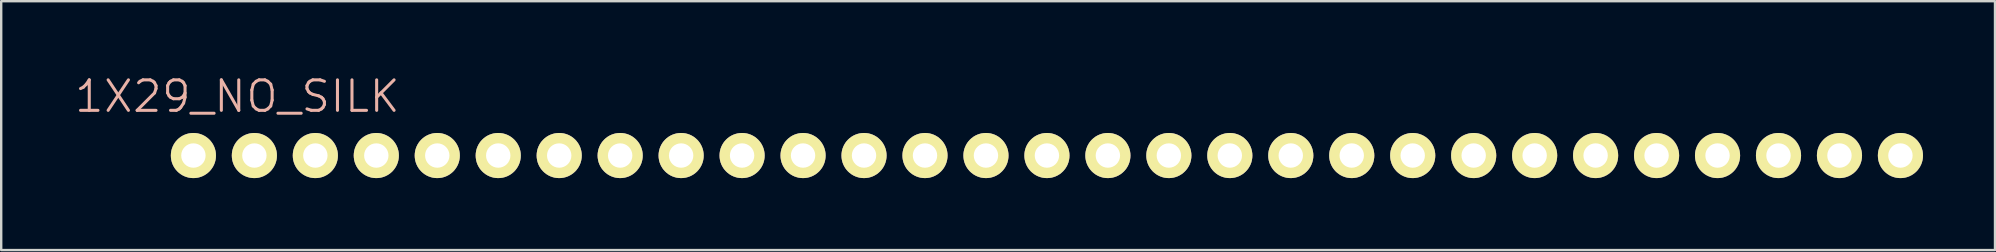
<source format=kicad_pcb>
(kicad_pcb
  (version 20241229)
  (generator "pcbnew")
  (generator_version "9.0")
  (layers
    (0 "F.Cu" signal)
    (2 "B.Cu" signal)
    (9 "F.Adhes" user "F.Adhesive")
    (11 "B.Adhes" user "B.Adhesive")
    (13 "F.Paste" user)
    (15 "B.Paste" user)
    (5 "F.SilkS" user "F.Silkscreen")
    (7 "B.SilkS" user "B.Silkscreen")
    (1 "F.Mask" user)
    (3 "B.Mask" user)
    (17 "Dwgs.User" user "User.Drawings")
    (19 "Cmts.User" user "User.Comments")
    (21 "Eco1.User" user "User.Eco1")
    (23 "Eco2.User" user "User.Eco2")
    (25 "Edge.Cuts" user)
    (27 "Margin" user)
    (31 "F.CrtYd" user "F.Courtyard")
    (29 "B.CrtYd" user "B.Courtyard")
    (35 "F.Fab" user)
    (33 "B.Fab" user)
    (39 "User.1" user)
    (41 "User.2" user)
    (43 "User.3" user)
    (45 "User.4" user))
  (footprint "1X29_NO_SILK"
    (layer "F.Cu")
    (at 5.008 3.43)
    (property "Reference" "1X29_NO_SILK" (at 1.829 -2.464 0) (layer "B.SilkS") (effects (font (size 1.27 1.27) (thickness 0.127))))
    (attr exclude_from_pos_files exclude_from_bom)
    (fp_line (start -0.254 -0.254) (end 0.254 -0.254) (stroke (width 0.066) (type solid)) (layer "F.SilkS"))
    (fp_line (start -0.254 0.254) (end -0.254 -0.254) (stroke (width 0.066) (type solid)) (layer "F.SilkS"))
    (fp_line (start -0.254 0.254) (end 0.254 0.254) (stroke (width 0.066) (type solid)) (layer "F.SilkS"))
    (fp_line (start 0.254 0.254) (end 0.254 -0.254) (stroke (width 0.066) (type solid)) (layer "F.SilkS"))
    (fp_line (start 2.286 -0.254) (end 2.794 -0.254) (stroke (width 0.066) (type solid)) (layer "F.SilkS"))
    (fp_line (start 2.286 0.254) (end 2.286 -0.254) (stroke (width 0.066) (type solid)) (layer "F.SilkS"))
    (fp_line (start 2.286 0.254) (end 2.794 0.254) (stroke (width 0.066) (type solid)) (layer "F.SilkS"))
    (fp_line (start 2.794 0.254) (end 2.794 -0.254) (stroke (width 0.066) (type solid)) (layer "F.SilkS"))
    (fp_line (start 4.826 -0.254) (end 5.334 -0.254) (stroke (width 0.066) (type solid)) (layer "F.SilkS"))
    (fp_line (start 4.826 0.254) (end 4.826 -0.254) (stroke (width 0.066) (type solid)) (layer "F.SilkS"))
    (fp_line (start 4.826 0.254) (end 5.334 0.254) (stroke (width 0.066) (type solid)) (layer "F.SilkS"))
    (fp_line (start 5.334 0.254) (end 5.334 -0.254) (stroke (width 0.066) (type solid)) (layer "F.SilkS"))
    (fp_line (start 7.366 -0.254) (end 7.874 -0.254) (stroke (width 0.066) (type solid)) (layer "F.SilkS"))
    (fp_line (start 7.366 0.254) (end 7.366 -0.254) (stroke (width 0.066) (type solid)) (layer "F.SilkS"))
    (fp_line (start 7.366 0.254) (end 7.874 0.254) (stroke (width 0.066) (type solid)) (layer "F.SilkS"))
    (fp_line (start 7.874 0.254) (end 7.874 -0.254) (stroke (width 0.066) (type solid)) (layer "F.SilkS"))
    (fp_line (start 9.906 -0.254) (end 10.414 -0.254) (stroke (width 0.066) (type solid)) (layer "F.SilkS"))
    (fp_line (start 9.906 0.254) (end 9.906 -0.254) (stroke (width 0.066) (type solid)) (layer "F.SilkS"))
    (fp_line (start 9.906 0.254) (end 10.414 0.254) (stroke (width 0.066) (type solid)) (layer "F.SilkS"))
    (fp_line (start 10.414 0.254) (end 10.414 -0.254) (stroke (width 0.066) (type solid)) (layer "F.SilkS"))
    (fp_line (start 12.446 -0.254) (end 12.954 -0.254) (stroke (width 0.066) (type solid)) (layer "F.SilkS"))
    (fp_line (start 12.446 0.254) (end 12.446 -0.254) (stroke (width 0.066) (type solid)) (layer "F.SilkS"))
    (fp_line (start 12.446 0.254) (end 12.954 0.254) (stroke (width 0.066) (type solid)) (layer "F.SilkS"))
    (fp_line (start 12.954 0.254) (end 12.954 -0.254) (stroke (width 0.066) (type solid)) (layer "F.SilkS"))
    (fp_line (start 14.986 -0.254) (end 15.494 -0.254) (stroke (width 0.066) (type solid)) (layer "F.SilkS"))
    (fp_line (start 14.986 0.254) (end 14.986 -0.254) (stroke (width 0.066) (type solid)) (layer "F.SilkS"))
    (fp_line (start 14.986 0.254) (end 15.494 0.254) (stroke (width 0.066) (type solid)) (layer "F.SilkS"))
    (fp_line (start 15.494 0.254) (end 15.494 -0.254) (stroke (width 0.066) (type solid)) (layer "F.SilkS"))
    (fp_line (start 17.523 -0.254) (end 18.034 -0.254) (stroke (width 0.066) (type solid)) (layer "F.SilkS"))
    (fp_line (start 17.523 0.254) (end 17.523 -0.254) (stroke (width 0.066) (type solid)) (layer "F.SilkS"))
    (fp_line (start 17.523 0.254) (end 18.034 0.254) (stroke (width 0.066) (type solid)) (layer "F.SilkS"))
    (fp_line (start 18.034 0.254) (end 18.034 -0.254) (stroke (width 0.066) (type solid)) (layer "F.SilkS"))
    (fp_line (start 20.066 -0.254) (end 20.574 -0.254) (stroke (width 0.066) (type solid)) (layer "F.SilkS"))
    (fp_line (start 20.066 0.254) (end 20.066 -0.254) (stroke (width 0.066) (type solid)) (layer "F.SilkS"))
    (fp_line (start 20.066 0.254) (end 20.574 0.254) (stroke (width 0.066) (type solid)) (layer "F.SilkS"))
    (fp_line (start 20.574 0.254) (end 20.574 -0.254) (stroke (width 0.066) (type solid)) (layer "F.SilkS"))
    (fp_line (start 22.606 -0.254) (end 23.114 -0.254) (stroke (width 0.066) (type solid)) (layer "F.SilkS"))
    (fp_line (start 22.606 0.254) (end 22.606 -0.254) (stroke (width 0.066) (type solid)) (layer "F.SilkS"))
    (fp_line (start 22.606 0.254) (end 23.114 0.254) (stroke (width 0.066) (type solid)) (layer "F.SilkS"))
    (fp_line (start 23.114 0.254) (end 23.114 -0.254) (stroke (width 0.066) (type solid)) (layer "F.SilkS"))
    (fp_line (start 25.146 -0.254) (end 25.654 -0.254) (stroke (width 0.066) (type solid)) (layer "F.SilkS"))
    (fp_line (start 25.146 0.254) (end 25.146 -0.254) (stroke (width 0.066) (type solid)) (layer "F.SilkS"))
    (fp_line (start 25.146 0.254) (end 25.654 0.254) (stroke (width 0.066) (type solid)) (layer "F.SilkS"))
    (fp_line (start 25.654 0.254) (end 25.654 -0.254) (stroke (width 0.066) (type solid)) (layer "F.SilkS"))
    (fp_line (start 27.686 -0.254) (end 28.194 -0.254) (stroke (width 0.066) (type solid)) (layer "F.SilkS"))
    (fp_line (start 27.686 0.254) (end 27.686 -0.254) (stroke (width 0.066) (type solid)) (layer "F.SilkS"))
    (fp_line (start 27.686 0.254) (end 28.194 0.254) (stroke (width 0.066) (type solid)) (layer "F.SilkS"))
    (fp_line (start 28.194 0.254) (end 28.194 -0.254) (stroke (width 0.066) (type solid)) (layer "F.SilkS"))
    (fp_line (start 30.226 -0.254) (end 30.734 -0.254) (stroke (width 0.066) (type solid)) (layer "F.SilkS"))
    (fp_line (start 30.226 0.254) (end 30.226 -0.254) (stroke (width 0.066) (type solid)) (layer "F.SilkS"))
    (fp_line (start 30.226 0.254) (end 30.734 0.254) (stroke (width 0.066) (type solid)) (layer "F.SilkS"))
    (fp_line (start 30.734 0.254) (end 30.734 -0.254) (stroke (width 0.066) (type solid)) (layer "F.SilkS"))
    (fp_line (start 32.766 -0.254) (end 33.274 -0.254) (stroke (width 0.066) (type solid)) (layer "F.SilkS"))
    (fp_line (start 32.766 0.254) (end 32.766 -0.254) (stroke (width 0.066) (type solid)) (layer "F.SilkS"))
    (fp_line (start 32.766 0.254) (end 33.274 0.254) (stroke (width 0.066) (type solid)) (layer "F.SilkS"))
    (fp_line (start 33.274 0.254) (end 33.274 -0.254) (stroke (width 0.066) (type solid)) (layer "F.SilkS"))
    (fp_line (start 35.303 -0.254) (end 35.814 -0.254) (stroke (width 0.066) (type solid)) (layer "F.SilkS"))
    (fp_line (start 35.303 0.254) (end 35.303 -0.254) (stroke (width 0.066) (type solid)) (layer "F.SilkS"))
    (fp_line (start 35.303 0.254) (end 35.814 0.254) (stroke (width 0.066) (type solid)) (layer "F.SilkS"))
    (fp_line (start 35.814 0.254) (end 35.814 -0.254) (stroke (width 0.066) (type solid)) (layer "F.SilkS"))
    (fp_line (start 37.846 -0.254) (end 38.354 -0.254) (stroke (width 0.066) (type solid)) (layer "F.SilkS"))
    (fp_line (start 37.846 0.254) (end 37.846 -0.254) (stroke (width 0.066) (type solid)) (layer "F.SilkS"))
    (fp_line (start 37.846 0.254) (end 38.354 0.254) (stroke (width 0.066) (type solid)) (layer "F.SilkS"))
    (fp_line (start 38.354 0.254) (end 38.354 -0.254) (stroke (width 0.066) (type solid)) (layer "F.SilkS"))
    (fp_line (start 40.386 -0.254) (end 40.894 -0.254) (stroke (width 0.066) (type solid)) (layer "F.SilkS"))
    (fp_line (start 40.386 0.254) (end 40.386 -0.254) (stroke (width 0.066) (type solid)) (layer "F.SilkS"))
    (fp_line (start 40.386 0.254) (end 40.894 0.254) (stroke (width 0.066) (type solid)) (layer "F.SilkS"))
    (fp_line (start 40.894 0.254) (end 40.894 -0.254) (stroke (width 0.066) (type solid)) (layer "F.SilkS"))
    (fp_line (start 42.926 -0.254) (end 43.434 -0.254) (stroke (width 0.066) (type solid)) (layer "F.SilkS"))
    (fp_line (start 42.926 0.254) (end 42.926 -0.254) (stroke (width 0.066) (type solid)) (layer "F.SilkS"))
    (fp_line (start 42.926 0.254) (end 43.434 0.254) (stroke (width 0.066) (type solid)) (layer "F.SilkS"))
    (fp_line (start 43.434 0.254) (end 43.434 -0.254) (stroke (width 0.066) (type solid)) (layer "F.SilkS"))
    (fp_line (start 45.466 -0.254) (end 45.974 -0.254) (stroke (width 0.066) (type solid)) (layer "F.SilkS"))
    (fp_line (start 45.466 0.254) (end 45.466 -0.254) (stroke (width 0.066) (type solid)) (layer "F.SilkS"))
    (fp_line (start 45.466 0.254) (end 45.974 0.254) (stroke (width 0.066) (type solid)) (layer "F.SilkS"))
    (fp_line (start 45.974 0.254) (end 45.974 -0.254) (stroke (width 0.066) (type solid)) (layer "F.SilkS"))
    (fp_line (start 48.006 -0.254) (end 48.514 -0.254) (stroke (width 0.066) (type solid)) (layer "F.SilkS"))
    (fp_line (start 48.006 0.254) (end 48.006 -0.254) (stroke (width 0.066) (type solid)) (layer "F.SilkS"))
    (fp_line (start 48.006 0.254) (end 48.514 0.254) (stroke (width 0.066) (type solid)) (layer "F.SilkS"))
    (fp_line (start 48.514 0.254) (end 48.514 -0.254) (stroke (width 0.066) (type solid)) (layer "F.SilkS"))
    (fp_line (start 50.546 -0.254) (end 51.051 -0.254) (stroke (width 0.066) (type solid)) (layer "F.SilkS"))
    (fp_line (start 50.546 0.254) (end 50.546 -0.254) (stroke (width 0.066) (type solid)) (layer "F.SilkS"))
    (fp_line (start 50.546 0.254) (end 51.051 0.254) (stroke (width 0.066) (type solid)) (layer "F.SilkS"))
    (fp_line (start 51.051 0.254) (end 51.051 -0.254) (stroke (width 0.066) (type solid)) (layer "F.SilkS"))
    (fp_line (start 53.086 -0.254) (end 53.594 -0.254) (stroke (width 0.066) (type solid)) (layer "F.SilkS"))
    (fp_line (start 53.086 0.254) (end 53.086 -0.254) (stroke (width 0.066) (type solid)) (layer "F.SilkS"))
    (fp_line (start 53.086 0.254) (end 53.594 0.254) (stroke (width 0.066) (type solid)) (layer "F.SilkS"))
    (fp_line (start 53.594 0.254) (end 53.594 -0.254) (stroke (width 0.066) (type solid)) (layer "F.SilkS"))
    (fp_line (start 55.626 -0.254) (end 56.134 -0.254) (stroke (width 0.066) (type solid)) (layer "F.SilkS"))
    (fp_line (start 55.626 0.254) (end 55.626 -0.254) (stroke (width 0.066) (type solid)) (layer "F.SilkS"))
    (fp_line (start 55.626 0.254) (end 56.134 0.254) (stroke (width 0.066) (type solid)) (layer "F.SilkS"))
    (fp_line (start 56.134 0.254) (end 56.134 -0.254) (stroke (width 0.066) (type solid)) (layer "F.SilkS"))
    (fp_line (start 58.166 -0.254) (end 58.674 -0.254) (stroke (width 0.066) (type solid)) (layer "F.SilkS"))
    (fp_line (start 58.166 0.254) (end 58.166 -0.254) (stroke (width 0.066) (type solid)) (layer "F.SilkS"))
    (fp_line (start 58.166 0.254) (end 58.674 0.254) (stroke (width 0.066) (type solid)) (layer "F.SilkS"))
    (fp_line (start 58.674 0.254) (end 58.674 -0.254) (stroke (width 0.066) (type solid)) (layer "F.SilkS"))
    (fp_line (start 60.706 -0.254) (end 61.214 -0.254) (stroke (width 0.066) (type solid)) (layer "F.SilkS"))
    (fp_line (start 60.706 0.254) (end 60.706 -0.254) (stroke (width 0.066) (type solid)) (layer "F.SilkS"))
    (fp_line (start 60.706 0.254) (end 61.214 0.254) (stroke (width 0.066) (type solid)) (layer "F.SilkS"))
    (fp_line (start 61.214 0.254) (end 61.214 -0.254) (stroke (width 0.066) (type solid)) (layer "F.SilkS"))
    (fp_line (start 63.246 -0.254) (end 63.751 -0.254) (stroke (width 0.066) (type solid)) (layer "F.SilkS"))
    (fp_line (start 63.246 0.254) (end 63.246 -0.254) (stroke (width 0.066) (type solid)) (layer "F.SilkS"))
    (fp_line (start 63.246 0.254) (end 63.751 0.254) (stroke (width 0.066) (type solid)) (layer "F.SilkS"))
    (fp_line (start 63.751 0.254) (end 63.751 -0.254) (stroke (width 0.066) (type solid)) (layer "F.SilkS"))
    (fp_line (start 65.786 -0.254) (end 66.294 -0.254) (stroke (width 0.066) (type solid)) (layer "F.SilkS"))
    (fp_line (start 65.786 0.254) (end 65.786 -0.254) (stroke (width 0.066) (type solid)) (layer "F.SilkS"))
    (fp_line (start 65.786 0.254) (end 66.294 0.254) (stroke (width 0.066) (type solid)) (layer "F.SilkS"))
    (fp_line (start 66.294 0.254) (end 66.294 -0.254) (stroke (width 0.066) (type solid)) (layer "F.SilkS"))
    (fp_line (start 68.326 -0.254) (end 68.834 -0.254) (stroke (width 0.066) (type solid)) (layer "F.SilkS"))
    (fp_line (start 68.326 0.254) (end 68.326 -0.254) (stroke (width 0.066) (type solid)) (layer "F.SilkS"))
    (fp_line (start 68.326 0.254) (end 68.834 0.254) (stroke (width 0.066) (type solid)) (layer "F.SilkS"))
    (fp_line (start 68.834 0.254) (end 68.834 -0.254) (stroke (width 0.066) (type solid)) (layer "F.SilkS"))
    (fp_line (start 70.866 -0.254) (end 71.374 -0.254) (stroke (width 0.066) (type solid)) (layer "F.SilkS"))
    (fp_line (start 70.866 0.254) (end 70.866 -0.254) (stroke (width 0.066) (type solid)) (layer "F.SilkS"))
    (fp_line (start 70.866 0.254) (end 71.374 0.254) (stroke (width 0.066) (type solid)) (layer "F.SilkS"))
    (fp_line (start 71.374 0.254) (end 71.374 -0.254) (stroke (width 0.066) (type solid)) (layer "F.SilkS"))
    (pad "1" thru_hole circle (at 0 0) (size 1.88 1.88) (drill 1.016) (layers "*.Cu" "F.Mask" "F.SilkS" "F.Paste"))
    (pad "2" thru_hole circle (at 2.54 0) (size 1.88 1.88) (drill 1.016) (layers "*.Cu" "F.Mask" "F.SilkS" "F.Paste"))
    (pad "3" thru_hole circle (at 5.08 0) (size 1.88 1.88) (drill 1.016) (layers "*.Cu" "F.Mask" "F.SilkS" "F.Paste"))
    (pad "4" thru_hole circle (at 7.62 0) (size 1.88 1.88) (drill 1.016) (layers "*.Cu" "F.Mask" "F.SilkS" "F.Paste"))
    (pad "5" thru_hole circle (at 10.16 0) (size 1.88 1.88) (drill 1.016) (layers "*.Cu" "F.Mask" "F.SilkS" "F.Paste"))
    (pad "6" thru_hole circle (at 12.7 0) (size 1.88 1.88) (drill 1.016) (layers "*.Cu" "F.Mask" "F.SilkS" "F.Paste"))
    (pad "7" thru_hole circle (at 15.24 0) (size 1.88 1.88) (drill 1.016) (layers "*.Cu" "F.Mask" "F.SilkS" "F.Paste"))
    (pad "8" thru_hole circle (at 17.78 0) (size 1.88 1.88) (drill 1.016) (layers "*.Cu" "F.Mask" "F.SilkS" "F.Paste"))
    (pad "9" thru_hole circle (at 20.32 0) (size 1.88 1.88) (drill 1.016) (layers "*.Cu" "F.Mask" "F.SilkS" "F.Paste"))
    (pad "10" thru_hole circle (at 22.86 0) (size 1.88 1.88) (drill 1.016) (layers "*.Cu" "F.Mask" "F.SilkS" "F.Paste"))
    (pad "11" thru_hole circle (at 25.4 0) (size 1.88 1.88) (drill 1.016) (layers "*.Cu" "F.Mask" "F.SilkS" "F.Paste"))
    (pad "12" thru_hole circle (at 27.94 0) (size 1.88 1.88) (drill 1.016) (layers "*.Cu" "F.Mask" "F.SilkS" "F.Paste"))
    (pad "13" thru_hole circle (at 30.48 0) (size 1.88 1.88) (drill 1.016) (layers "*.Cu" "F.Mask" "F.SilkS" "F.Paste"))
    (pad "14" thru_hole circle (at 33.02 0) (size 1.88 1.88) (drill 1.016) (layers "*.Cu" "F.Mask" "F.SilkS" "F.Paste"))
    (pad "15" thru_hole circle (at 35.56 0) (size 1.88 1.88) (drill 1.016) (layers "*.Cu" "F.Mask" "F.SilkS" "F.Paste"))
    (pad "16" thru_hole circle (at 38.1 0) (size 1.88 1.88) (drill 1.016) (layers "*.Cu" "F.Mask" "F.SilkS" "F.Paste"))
    (pad "17" thru_hole circle (at 40.64 0) (size 1.88 1.88) (drill 1.016) (layers "*.Cu" "F.Mask" "F.SilkS" "F.Paste"))
    (pad "18" thru_hole circle (at 43.18 0) (size 1.88 1.88) (drill 1.016) (layers "*.Cu" "F.Mask" "F.SilkS" "F.Paste"))
    (pad "19" thru_hole circle (at 45.72 0) (size 1.88 1.88) (drill 1.016) (layers "*.Cu" "F.Mask" "F.SilkS" "F.Paste"))
    (pad "20" thru_hole circle (at 48.26 0) (size 1.88 1.88) (drill 1.016) (layers "*.Cu" "F.Mask" "F.SilkS" "F.Paste"))
    (pad "21" thru_hole circle (at 50.8 0) (size 1.88 1.88) (drill 1.016) (layers "*.Cu" "F.Mask" "F.SilkS" "F.Paste"))
    (pad "22" thru_hole circle (at 53.34 0) (size 1.88 1.88) (drill 1.016) (layers "*.Cu" "F.Mask" "F.SilkS" "F.Paste"))
    (pad "23" thru_hole circle (at 55.88 0) (size 1.88 1.88) (drill 1.016) (layers "*.Cu" "F.Mask" "F.SilkS" "F.Paste"))
    (pad "24" thru_hole circle (at 58.42 0) (size 1.88 1.88) (drill 1.016) (layers "*.Cu" "F.Mask" "F.SilkS" "F.Paste"))
    (pad "25" thru_hole circle (at 60.96 0) (size 1.88 1.88) (drill 1.016) (layers "*.Cu" "F.Mask" "F.SilkS" "F.Paste"))
    (pad "26" thru_hole circle (at 63.5 0) (size 1.88 1.88) (drill 1.016) (layers "*.Cu" "F.Mask" "F.SilkS" "F.Paste"))
    (pad "27" thru_hole circle (at 66.04 0) (size 1.88 1.88) (drill 1.016) (layers "*.Cu" "F.Mask" "F.SilkS" "F.Paste"))
    (pad "28" thru_hole circle (at 68.58 0) (size 1.88 1.88) (drill 1.016) (layers "*.Cu" "F.Mask" "F.SilkS" "F.Paste"))
    (pad "29" thru_hole circle (at 71.12 0) (size 1.88 1.88) (drill 1.016) (layers "*.Cu" "F.Mask" "F.SilkS" "F.Paste")))
  (gr_rect
    (start -3 -3)
    (end 80.068 7.369)
    (stroke (width 0.1) (type default))
    (fill no)
    (layer "Edge.Cuts")))
</source>
